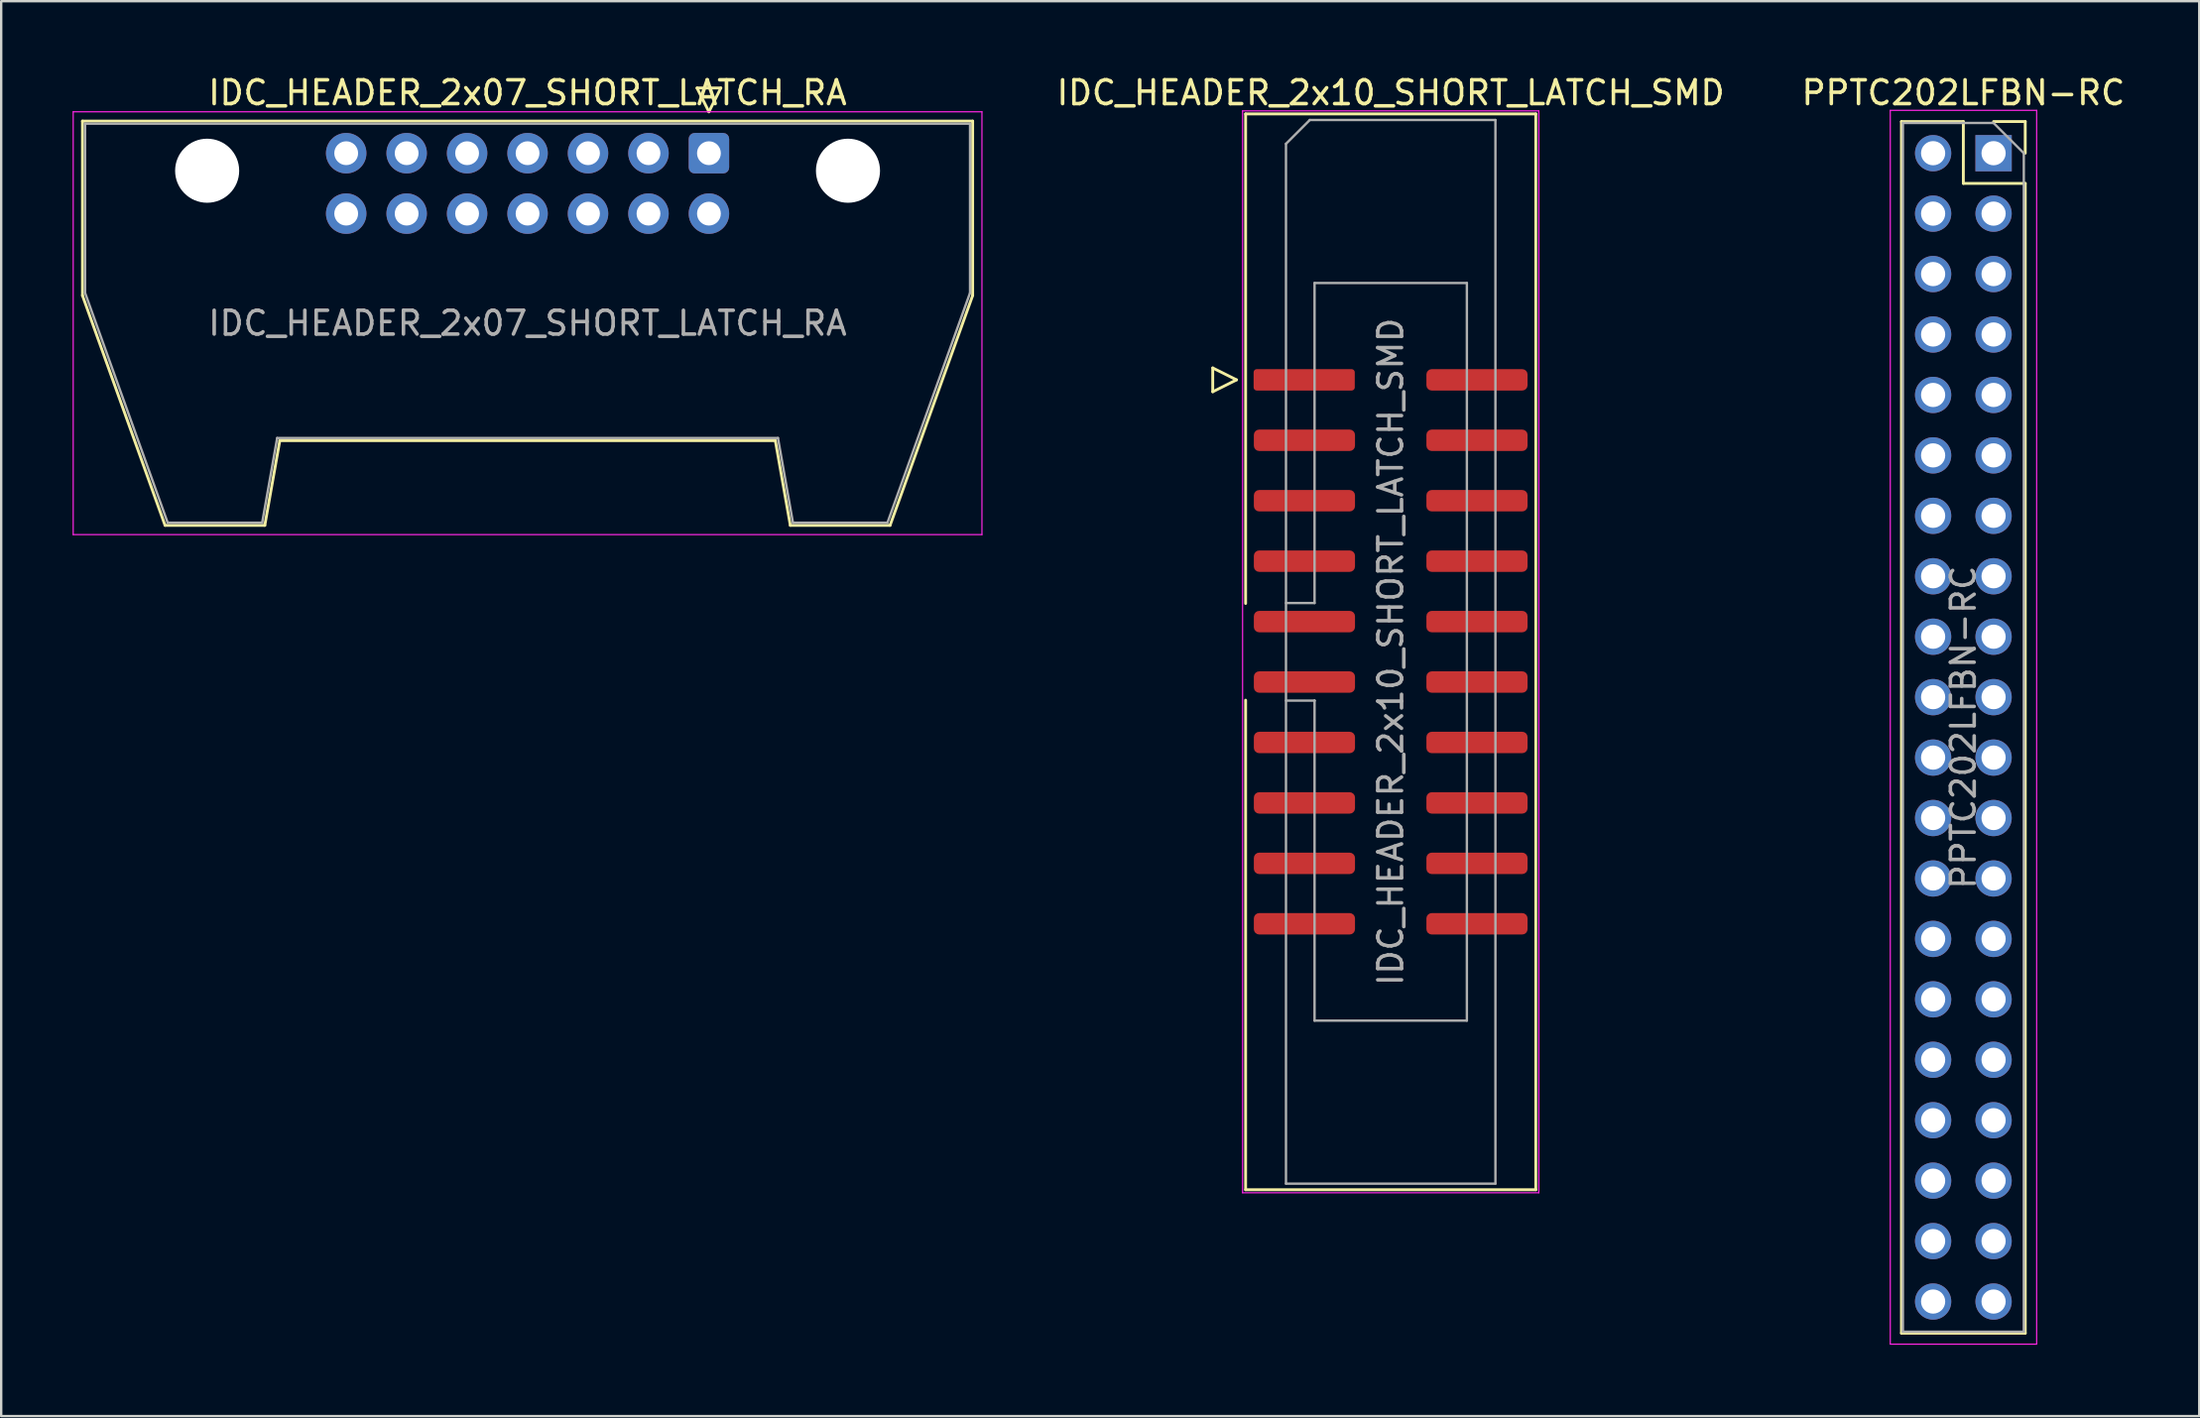
<source format=kicad_pcb>
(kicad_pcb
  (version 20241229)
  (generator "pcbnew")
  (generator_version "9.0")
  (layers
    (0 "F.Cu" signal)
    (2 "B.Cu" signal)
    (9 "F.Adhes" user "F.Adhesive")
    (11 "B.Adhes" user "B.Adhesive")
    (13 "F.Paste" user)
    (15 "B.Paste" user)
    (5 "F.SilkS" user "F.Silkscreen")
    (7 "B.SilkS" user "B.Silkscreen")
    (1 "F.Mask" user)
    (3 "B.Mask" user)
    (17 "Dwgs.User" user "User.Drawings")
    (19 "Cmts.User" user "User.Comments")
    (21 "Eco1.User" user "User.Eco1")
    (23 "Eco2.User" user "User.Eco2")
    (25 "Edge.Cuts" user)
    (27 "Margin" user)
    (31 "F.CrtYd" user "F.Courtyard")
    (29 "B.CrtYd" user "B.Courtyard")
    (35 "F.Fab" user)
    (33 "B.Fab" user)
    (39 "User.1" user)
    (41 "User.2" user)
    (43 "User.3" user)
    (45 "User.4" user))
  (footprint "PPTC202LFBN-RC"
    (layer "F.Cu")
    (at 79.438 27.518)
    (property "Reference" "PPTC202LFBN-RC" (at 0 -26.67 0) (layer "F.SilkS") (effects (font (size 1 1) (thickness 0.15))))
    (attr through_hole)
    (fp_line (start -2.6 -25.46) (end -2.6 25.46) (stroke (width 0.12) (type solid)) (layer "F.SilkS"))
    (fp_line (start -2.6 -25.46) (end 0 -25.46) (stroke (width 0.12) (type solid)) (layer "F.SilkS"))
    (fp_line (start -2.6 25.46) (end 2.6 25.46) (stroke (width 0.12) (type solid)) (layer "F.SilkS"))
    (fp_line (start 0 -22.86) (end 0 -25.46) (stroke (width 0.12) (type solid)) (layer "F.SilkS"))
    (fp_line (start 0 -22.86) (end 2.6 -22.86) (stroke (width 0.12) (type solid)) (layer "F.SilkS"))
    (fp_line (start 1.27 -25.46) (end 2.6 -25.46) (stroke (width 0.12) (type solid)) (layer "F.SilkS"))
    (fp_line (start 2.6 -25.46) (end 2.6 -24.13) (stroke (width 0.12) (type solid)) (layer "F.SilkS"))
    (fp_line (start 2.6 -22.86) (end 2.6 25.46) (stroke (width 0.12) (type solid)) (layer "F.SilkS"))
    (fp_line (start -3.07 -25.93) (end -3.07 25.92) (stroke (width 0.05) (type solid)) (layer "F.CrtYd"))
    (fp_line (start -3.07 25.92) (end 3.08 25.92) (stroke (width 0.05) (type solid)) (layer "F.CrtYd"))
    (fp_line (start 3.08 -25.93) (end -3.07 -25.93) (stroke (width 0.05) (type solid)) (layer "F.CrtYd"))
    (fp_line (start 3.08 25.92) (end 3.08 -25.93) (stroke (width 0.05) (type solid)) (layer "F.CrtYd"))
    (fp_line (start -2.54 -25.4) (end 1.27 -25.4) (stroke (width 0.1) (type solid)) (layer "F.Fab"))
    (fp_line (start -2.54 25.4) (end -2.54 -25.4) (stroke (width 0.1) (type solid)) (layer "F.Fab"))
    (fp_line (start 2.54 -24.13) (end 1.27 -25.4) (stroke (width 0.1) (type solid)) (layer "F.Fab"))
    (fp_line (start 2.54 -24.13) (end 2.54 25.4) (stroke (width 0.1) (type solid)) (layer "F.Fab"))
    (fp_line (start 2.54 25.4) (end -2.54 25.4) (stroke (width 0.1) (type solid)) (layer "F.Fab"))
    (fp_text user "${REFERENCE}" (at 0 0 90) (layer "F.Fab") (effects (font (size 1 1) (thickness 0.15))))
    (pad "1" thru_hole rect (at 1.27 -24.13) (size 1.525 1.524) (drill 1.016) (layers "*.Cu" "*.Mask"))
    (pad "2" thru_hole oval (at -1.27 -24.13) (size 1.524 1.524) (drill 1.016) (layers "*.Cu" "*.Mask"))
    (pad "3" thru_hole oval (at 1.27 -21.59) (size 1.524 1.524) (drill 1.016) (layers "*.Cu" "*.Mask"))
    (pad "4" thru_hole oval (at -1.27 -21.59) (size 1.524 1.524) (drill 1.016) (layers "*.Cu" "*.Mask"))
    (pad "5" thru_hole oval (at 1.27 -19.05) (size 1.524 1.524) (drill 1.016) (layers "*.Cu" "*.Mask"))
    (pad "6" thru_hole oval (at -1.27 -19.05) (size 1.524 1.524) (drill 1.016) (layers "*.Cu" "*.Mask"))
    (pad "7" thru_hole oval (at 1.27 -16.51) (size 1.524 1.524) (drill 1.016) (layers "*.Cu" "*.Mask"))
    (pad "8" thru_hole oval (at -1.27 -16.51) (size 1.524 1.524) (drill 1.016) (layers "*.Cu" "*.Mask"))
    (pad "9" thru_hole oval (at 1.27 -13.97) (size 1.524 1.524) (drill 1.016) (layers "*.Cu" "*.Mask"))
    (pad "10" thru_hole oval (at -1.27 -13.97) (size 1.524 1.524) (drill 1.016) (layers "*.Cu" "*.Mask"))
    (pad "11" thru_hole oval (at 1.27 -11.43) (size 1.524 1.524) (drill 1.016) (layers "*.Cu" "*.Mask"))
    (pad "12" thru_hole oval (at -1.27 -11.43) (size 1.524 1.524) (drill 1.016) (layers "*.Cu" "*.Mask"))
    (pad "13" thru_hole oval (at 1.27 -8.89) (size 1.524 1.524) (drill 1.016) (layers "*.Cu" "*.Mask"))
    (pad "14" thru_hole oval (at -1.27 -8.89) (size 1.524 1.524) (drill 1.016) (layers "*.Cu" "*.Mask"))
    (pad "15" thru_hole oval (at 1.27 -6.35) (size 1.524 1.524) (drill 1.016) (layers "*.Cu" "*.Mask"))
    (pad "16" thru_hole oval (at -1.27 -6.35) (size 1.524 1.524) (drill 1.016) (layers "*.Cu" "*.Mask"))
    (pad "17" thru_hole oval (at 1.27 -3.81) (size 1.524 1.524) (drill 1.016) (layers "*.Cu" "*.Mask"))
    (pad "18" thru_hole oval (at -1.27 -3.81) (size 1.524 1.524) (drill 1.016) (layers "*.Cu" "*.Mask"))
    (pad "19" thru_hole oval (at 1.27 -1.27) (size 1.524 1.524) (drill 1.016) (layers "*.Cu" "*.Mask"))
    (pad "20" thru_hole oval (at -1.27 -1.27) (size 1.524 1.524) (drill 1.016) (layers "*.Cu" "*.Mask"))
    (pad "21" thru_hole oval (at 1.27 1.27) (size 1.524 1.524) (drill 1.016) (layers "*.Cu" "*.Mask"))
    (pad "22" thru_hole oval (at -1.27 1.27) (size 1.524 1.524) (drill 1.016) (layers "*.Cu" "*.Mask"))
    (pad "23" thru_hole oval (at 1.27 3.81) (size 1.524 1.524) (drill 1.016) (layers "*.Cu" "*.Mask"))
    (pad "24" thru_hole oval (at -1.27 3.81) (size 1.524 1.524) (drill 1.016) (layers "*.Cu" "*.Mask"))
    (pad "25" thru_hole oval (at 1.27 6.35) (size 1.524 1.524) (drill 1.016) (layers "*.Cu" "*.Mask"))
    (pad "26" thru_hole oval (at -1.27 6.35) (size 1.524 1.524) (drill 1.016) (layers "*.Cu" "*.Mask"))
    (pad "27" thru_hole oval (at 1.27 8.89) (size 1.524 1.524) (drill 1.016) (layers "*.Cu" "*.Mask"))
    (pad "28" thru_hole oval (at -1.27 8.89) (size 1.524 1.524) (drill 1.016) (layers "*.Cu" "*.Mask"))
    (pad "29" thru_hole oval (at 1.27 11.43) (size 1.524 1.524) (drill 1.016) (layers "*.Cu" "*.Mask"))
    (pad "30" thru_hole oval (at -1.27 11.43) (size 1.524 1.524) (drill 1.016) (layers "*.Cu" "*.Mask"))
    (pad "31" thru_hole oval (at 1.27 13.97) (size 1.524 1.524) (drill 1.016) (layers "*.Cu" "*.Mask"))
    (pad "32" thru_hole oval (at -1.27 13.97) (size 1.524 1.524) (drill 1.016) (layers "*.Cu" "*.Mask"))
    (pad "33" thru_hole oval (at 1.27 16.51) (size 1.524 1.524) (drill 1.016) (layers "*.Cu" "*.Mask"))
    (pad "34" thru_hole oval (at -1.27 16.51) (size 1.524 1.524) (drill 1.016) (layers "*.Cu" "*.Mask"))
    (pad "35" thru_hole oval (at 1.27 19.05) (size 1.524 1.524) (drill 1.016) (layers "*.Cu" "*.Mask"))
    (pad "36" thru_hole oval (at -1.27 19.05) (size 1.524 1.524) (drill 1.016) (layers "*.Cu" "*.Mask"))
    (pad "37" thru_hole oval (at 1.27 21.59) (size 1.524 1.524) (drill 1.016) (layers "*.Cu" "*.Mask"))
    (pad "38" thru_hole oval (at -1.27 21.59) (size 1.524 1.524) (drill 1.016) (layers "*.Cu" "*.Mask"))
    (pad "39" thru_hole oval (at 1.27 24.13) (size 1.524 1.524) (drill 1.016) (layers "*.Cu" "*.Mask"))
    (pad "40" thru_hole oval (at -1.27 24.13) (size 1.524 1.524) (drill 1.016) (layers "*.Cu" "*.Mask")))
  (footprint "IDC_HEADER_2x10_SHORT_LATCH_SMD"
    (layer "F.Cu")
    (at 55.379 24.343)
    (property "Reference" "IDC_HEADER_2x10_SHORT_LATCH_SMD" (at 0 -23.495 0) (layer "F.SilkS") (effects (font (size 1 1) (thickness 0.15))))
    (attr through_hole)
    (fp_line (start -7.477 -11.93) (end -7.477 -10.93) (stroke (width 0.12) (type solid)) (layer "F.SilkS"))
    (fp_line (start -7.477 -10.93) (end -6.477 -11.43) (stroke (width 0.12) (type solid)) (layer "F.SilkS"))
    (fp_line (start -6.477 -11.43) (end -7.477 -11.93) (stroke (width 0.12) (type solid)) (layer "F.SilkS"))
    (fp_line (start -6.096 -22.606) (end -6.096 -2.032) (stroke (width 0.12) (type solid)) (layer "F.SilkS"))
    (fp_line (start -6.096 -22.606) (end 6.096 -22.606) (stroke (width 0.12) (type solid)) (layer "F.SilkS"))
    (fp_line (start -6.096 22.606) (end -6.096 2.032) (stroke (width 0.12) (type solid)) (layer "F.SilkS"))
    (fp_line (start -6.096 22.606) (end 6.096 22.606) (stroke (width 0.12) (type solid)) (layer "F.SilkS"))
    (fp_line (start 6.096 -22.606) (end 6.096 22.606) (stroke (width 0.12) (type solid)) (layer "F.SilkS"))
    (fp_line (start -6.223 -22.733) (end -6.223 22.733) (stroke (width 0.05) (type solid)) (layer "F.CrtYd"))
    (fp_line (start -6.223 22.733) (end 6.223 22.733) (stroke (width 0.05) (type solid)) (layer "F.CrtYd"))
    (fp_line (start 6.223 -22.733) (end -6.223 -22.733) (stroke (width 0.05) (type solid)) (layer "F.CrtYd"))
    (fp_line (start 6.223 22.733) (end 6.223 -22.733) (stroke (width 0.05) (type solid)) (layer "F.CrtYd"))
    (fp_line (start -4.4 -21.35) (end -3.4 -22.35) (stroke (width 0.1) (type solid)) (layer "F.Fab"))
    (fp_line (start -4.4 -2.05) (end -3.2 -2.05) (stroke (width 0.1) (type solid)) (layer "F.Fab"))
    (fp_line (start -4.4 22.35) (end -4.4 -21.35) (stroke (width 0.1) (type solid)) (layer "F.Fab"))
    (fp_line (start -3.4 -22.35) (end 4.4 -22.35) (stroke (width 0.1) (type solid)) (layer "F.Fab"))
    (fp_line (start -3.2 -15.5) (end 3.2 -15.5) (stroke (width 0.1) (type solid)) (layer "F.Fab"))
    (fp_line (start -3.2 -2.05) (end -3.2 -15.5) (stroke (width 0.1) (type solid)) (layer "F.Fab"))
    (fp_line (start -3.2 2.05) (end -4.4 2.05) (stroke (width 0.1) (type solid)) (layer "F.Fab"))
    (fp_line (start -3.2 2.05) (end -3.2 2.05) (stroke (width 0.1) (type solid)) (layer "F.Fab"))
    (fp_line (start -3.2 15.5) (end -3.2 2.05) (stroke (width 0.1) (type solid)) (layer "F.Fab"))
    (fp_line (start 3.2 -15.5) (end 3.2 15.5) (stroke (width 0.1) (type solid)) (layer "F.Fab"))
    (fp_line (start 3.2 15.5) (end -3.2 15.5) (stroke (width 0.1) (type solid)) (layer "F.Fab"))
    (fp_line (start 4.4 -22.35) (end 4.4 22.35) (stroke (width 0.1) (type solid)) (layer "F.Fab"))
    (fp_line (start 4.4 22.35) (end -4.4 22.35) (stroke (width 0.1) (type solid)) (layer "F.Fab"))
    (fp_text user "${REFERENCE}" (at 0 0 90) (layer "F.Fab") (effects (font (size 1 1) (thickness 0.15))))
    (pad "1" smd roundrect (at -3.635 -11.43) (size 4.25 0.9) (layers "F.Cu" "F.Mask" "F.Paste") (roundrect_rratio 0.147))
    (pad "2" smd roundrect (at 3.625 -11.43) (size 4.25 0.9) (layers "F.Cu" "F.Mask" "F.Paste") (roundrect_rratio 0.25))
    (pad "3" smd roundrect (at -3.625 -8.89) (size 4.25 0.9) (layers "F.Cu" "F.Mask" "F.Paste") (roundrect_rratio 0.25))
    (pad "4" smd roundrect (at 3.625 -8.89) (size 4.25 0.9) (layers "F.Cu" "F.Mask" "F.Paste") (roundrect_rratio 0.25))
    (pad "5" smd roundrect (at -3.625 -6.35) (size 4.25 0.9) (layers "F.Cu" "F.Mask" "F.Paste") (roundrect_rratio 0.25))
    (pad "6" smd roundrect (at 3.625 -6.35) (size 4.25 0.9) (layers "F.Cu" "F.Mask" "F.Paste") (roundrect_rratio 0.25))
    (pad "7" smd roundrect (at -3.625 -3.81) (size 4.25 0.9) (layers "F.Cu" "F.Mask" "F.Paste") (roundrect_rratio 0.25))
    (pad "8" smd roundrect (at 3.625 -3.81) (size 4.25 0.9) (layers "F.Cu" "F.Mask" "F.Paste") (roundrect_rratio 0.25))
    (pad "9" smd roundrect (at -3.625 -1.27) (size 4.25 0.9) (layers "F.Cu" "F.Mask" "F.Paste") (roundrect_rratio 0.25))
    (pad "10" smd roundrect (at 3.625 -1.27) (size 4.25 0.9) (layers "F.Cu" "F.Mask" "F.Paste") (roundrect_rratio 0.25))
    (pad "11" smd roundrect (at -3.625 1.27) (size 4.25 0.9) (layers "F.Cu" "F.Mask" "F.Paste") (roundrect_rratio 0.25))
    (pad "12" smd roundrect (at 3.625 1.27) (size 4.25 0.9) (layers "F.Cu" "F.Mask" "F.Paste") (roundrect_rratio 0.25))
    (pad "13" smd roundrect (at -3.625 3.81) (size 4.25 0.9) (layers "F.Cu" "F.Mask" "F.Paste") (roundrect_rratio 0.25))
    (pad "14" smd roundrect (at 3.625 3.81) (size 4.25 0.9) (layers "F.Cu" "F.Mask" "F.Paste") (roundrect_rratio 0.25))
    (pad "15" smd roundrect (at -3.625 6.35) (size 4.25 0.9) (layers "F.Cu" "F.Mask" "F.Paste") (roundrect_rratio 0.25))
    (pad "16" smd roundrect (at 3.625 6.35) (size 4.25 0.9) (layers "F.Cu" "F.Mask" "F.Paste") (roundrect_rratio 0.25))
    (pad "17" smd roundrect (at -3.625 8.89) (size 4.25 0.9) (layers "F.Cu" "F.Mask" "F.Paste") (roundrect_rratio 0.25))
    (pad "18" smd roundrect (at 3.625 8.89) (size 4.25 0.9) (layers "F.Cu" "F.Mask" "F.Paste") (roundrect_rratio 0.25))
    (pad "19" smd roundrect (at -3.625 11.43) (size 4.25 0.9) (layers "F.Cu" "F.Mask" "F.Paste") (roundrect_rratio 0.25))
    (pad "20" smd roundrect (at 3.625 11.43) (size 4.25 0.9) (layers "F.Cu" "F.Mask" "F.Paste") (roundrect_rratio 0.25)))
  (footprint "IDC_HEADER_2x07_SHORT_LATCH_RA"
    (layer "F.Cu")
    (at 19.115 4.658)
    (property "Reference" "IDC_HEADER_2x07_SHORT_LATCH_RA" (at 0 -3.81 0) (layer "F.SilkS") (effects (font (size 1 1) (thickness 0.15))))
    (attr through_hole)
    (fp_line (start -18.7 -2.62) (end 18.7 -2.62) (stroke (width 0.12) (type solid)) (layer "F.SilkS"))
    (fp_line (start -18.7 4.71) (end -18.7 -2.62) (stroke (width 0.12) (type solid)) (layer "F.SilkS"))
    (fp_line (start -15.23 14.37) (end -18.7 4.71) (stroke (width 0.12) (type solid)) (layer "F.SilkS"))
    (fp_line (start -11.04 14.37) (end -15.23 14.37) (stroke (width 0.12) (type solid)) (layer "F.SilkS"))
    (fp_line (start -10.41 10.81) (end -11.04 14.37) (stroke (width 0.12) (type solid)) (layer "F.SilkS"))
    (fp_line (start 7.12 -4.01) (end 7.62 -3.01) (stroke (width 0.12) (type solid)) (layer "F.SilkS"))
    (fp_line (start 7.62 -3.01) (end 8.12 -4.01) (stroke (width 0.12) (type solid)) (layer "F.SilkS"))
    (fp_line (start 8.12 -4.01) (end 7.12 -4.01) (stroke (width 0.12) (type solid)) (layer "F.SilkS"))
    (fp_line (start 10.41 10.81) (end -10.41 10.81) (stroke (width 0.12) (type solid)) (layer "F.SilkS"))
    (fp_line (start 11.04 14.37) (end 10.41 10.81) (stroke (width 0.12) (type solid)) (layer "F.SilkS"))
    (fp_line (start 15.23 14.37) (end 11.04 14.37) (stroke (width 0.12) (type solid)) (layer "F.SilkS"))
    (fp_line (start 18.7 -2.62) (end 18.7 4.71) (stroke (width 0.12) (type solid)) (layer "F.SilkS"))
    (fp_line (start 18.7 4.71) (end 15.23 14.37) (stroke (width 0.12) (type solid)) (layer "F.SilkS"))
    (fp_line (start -19.09 -3.01) (end -19.09 14.76) (stroke (width 0.05) (type solid)) (layer "F.CrtYd"))
    (fp_line (start -19.09 14.76) (end 19.09 14.76) (stroke (width 0.05) (type solid)) (layer "F.CrtYd"))
    (fp_line (start 19.09 -3.01) (end -19.09 -3.01) (stroke (width 0.05) (type solid)) (layer "F.CrtYd"))
    (fp_line (start 19.09 14.76) (end 19.09 -3.01) (stroke (width 0.05) (type solid)) (layer "F.CrtYd"))
    (fp_line (start -18.59 -2.51) (end 18.59 -2.51) (stroke (width 0.1) (type solid)) (layer "F.Fab"))
    (fp_line (start -18.59 4.6) (end -18.59 -2.51) (stroke (width 0.1) (type solid)) (layer "F.Fab"))
    (fp_line (start -15.12 14.26) (end -18.59 4.6) (stroke (width 0.1) (type solid)) (layer "F.Fab"))
    (fp_line (start -11.15 14.26) (end -15.12 14.26) (stroke (width 0.1) (type solid)) (layer "F.Fab"))
    (fp_line (start -10.52 10.7) (end -11.15 14.26) (stroke (width 0.1) (type solid)) (layer "F.Fab"))
    (fp_line (start 10.52 10.7) (end -10.52 10.7) (stroke (width 0.1) (type solid)) (layer "F.Fab"))
    (fp_line (start 11.15 14.26) (end 10.52 10.7) (stroke (width 0.1) (type solid)) (layer "F.Fab"))
    (fp_line (start 15.12 14.26) (end 11.15 14.26) (stroke (width 0.1) (type solid)) (layer "F.Fab"))
    (fp_line (start 18.59 -2.51) (end 18.59 4.6) (stroke (width 0.1) (type solid)) (layer "F.Fab"))
    (fp_line (start 18.59 4.6) (end 15.12 14.26) (stroke (width 0.1) (type solid)) (layer "F.Fab"))
    (fp_text user "${REFERENCE}" (at 0 5.875 0) (layer "F.Fab") (effects (font (size 1 1) (thickness 0.15))))
    (pad "" np_thru_hole circle (at -13.462 -0.533) (size 2.692 2.692) (drill 2.692) (layers "*.Cu" "*.Mask"))
    (pad "" np_thru_hole circle (at 13.462 -0.533) (size 2.692 2.692) (drill 2.692) (layers "*.Cu" "*.Mask"))
    (pad "1" thru_hole roundrect (at 7.62 -1.27 270) (size 1.7 1.7) (drill 1) (layers "*.Cu" "*.Mask") (roundrect_rratio 0.147))
    (pad "2" thru_hole circle (at 7.62 1.27 270) (size 1.7 1.7) (drill 1) (layers "*.Cu" "*.Mask"))
    (pad "3" thru_hole circle (at 5.08 -1.27 270) (size 1.7 1.7) (drill 1) (layers "*.Cu" "*.Mask"))
    (pad "4" thru_hole circle (at 5.08 1.27 270) (size 1.7 1.7) (drill 1) (layers "*.Cu" "*.Mask"))
    (pad "5" thru_hole circle (at 2.54 -1.27 270) (size 1.7 1.7) (drill 1) (layers "*.Cu" "*.Mask"))
    (pad "6" thru_hole circle (at 2.54 1.27 270) (size 1.7 1.7) (drill 1) (layers "*.Cu" "*.Mask"))
    (pad "7" thru_hole circle (at 0 -1.27 270) (size 1.7 1.7) (drill 1) (layers "*.Cu" "*.Mask"))
    (pad "8" thru_hole circle (at 0 1.27 270) (size 1.7 1.7) (drill 1) (layers "*.Cu" "*.Mask"))
    (pad "9" thru_hole circle (at -2.54 -1.27 270) (size 1.7 1.7) (drill 1) (layers "*.Cu" "*.Mask"))
    (pad "10" thru_hole circle (at -2.54 1.27 270) (size 1.7 1.7) (drill 1) (layers "*.Cu" "*.Mask"))
    (pad "11" thru_hole circle (at -5.08 -1.27 270) (size 1.7 1.7) (drill 1) (layers "*.Cu" "*.Mask"))
    (pad "12" thru_hole circle (at -5.08 1.27 270) (size 1.7 1.7) (drill 1) (layers "*.Cu" "*.Mask"))
    (pad "13" thru_hole circle (at -7.62 -1.27 270) (size 1.7 1.7) (drill 1) (layers "*.Cu" "*.Mask"))
    (pad "14" thru_hole circle (at -7.62 1.27 270) (size 1.7 1.7) (drill 1) (layers "*.Cu" "*.Mask")))
  (gr_rect
    (start -3 -3)
    (end 89.349 56.463)
    (stroke (width 0.1) (type default))
    (fill no)
    (layer "Edge.Cuts")))
</source>
